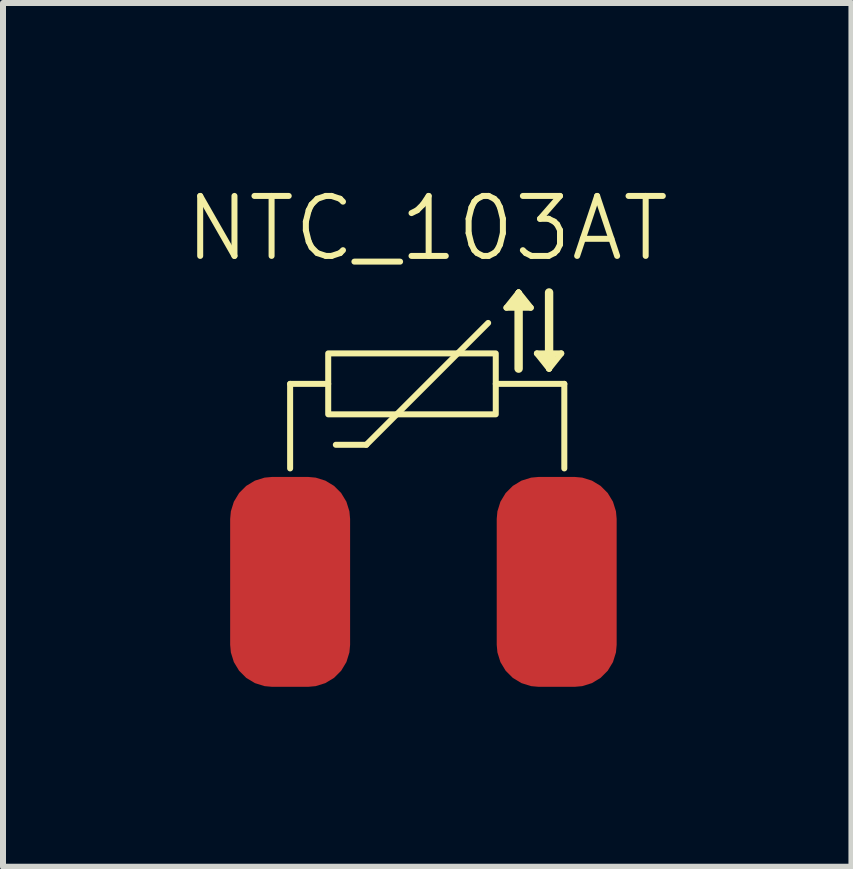
<source format=kicad_pcb>
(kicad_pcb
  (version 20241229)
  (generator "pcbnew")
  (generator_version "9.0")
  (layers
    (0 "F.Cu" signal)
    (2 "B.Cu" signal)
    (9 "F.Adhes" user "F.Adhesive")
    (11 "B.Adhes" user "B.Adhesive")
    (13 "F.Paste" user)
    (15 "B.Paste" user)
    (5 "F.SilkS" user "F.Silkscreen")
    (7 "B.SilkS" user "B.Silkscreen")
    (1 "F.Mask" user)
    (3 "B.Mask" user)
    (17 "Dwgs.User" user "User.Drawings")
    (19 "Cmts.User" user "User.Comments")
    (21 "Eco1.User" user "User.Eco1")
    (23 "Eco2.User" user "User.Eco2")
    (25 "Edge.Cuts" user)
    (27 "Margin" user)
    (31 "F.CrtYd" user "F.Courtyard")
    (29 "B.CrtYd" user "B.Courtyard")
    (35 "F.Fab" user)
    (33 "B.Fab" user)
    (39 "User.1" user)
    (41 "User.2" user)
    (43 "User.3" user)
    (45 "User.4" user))
  (footprint "NTC_103AT"
    (layer "F.Cu")
    (at 4.074 6.653)
    (property "Reference" "NTC_103AT" (at 0 -5.893 0) (unlocked yes) (layer "F.SilkS") (effects (font (size 1 1) (thickness 0.1))))
    (attr through_hole)
    (fp_line (start -2.286 -3.302) (end -2.286 -1.892) (stroke (width 0.1) (type default)) (layer "F.SilkS"))
    (fp_line (start -1.651 -3.302) (end -2.286 -3.302) (stroke (width 0.1) (type default)) (layer "F.SilkS"))
    (fp_line (start -1.524 -2.286) (end -1.016 -2.286) (stroke (width 0.1) (type default)) (layer "F.SilkS"))
    (fp_line (start -1.016 -2.286) (end 1.016 -4.318) (stroke (width 0.1) (type default)) (layer "F.SilkS"))
    (fp_line (start 1.143 -3.302) (end 2.286 -3.302) (stroke (width 0.1) (type default)) (layer "F.SilkS"))
    (fp_line (start 1.321 -4.572) (end 1.524 -4.826) (stroke (width 0.1) (type default)) (layer "F.SilkS"))
    (fp_line (start 1.524 -4.826) (end 1.46 -4.636) (stroke (width 0.1) (type default)) (layer "F.SilkS"))
    (fp_line (start 1.524 -4.826) (end 1.524 -4.572) (stroke (width 0.1) (type default)) (layer "F.SilkS"))
    (fp_line (start 1.524 -4.826) (end 1.587 -4.636) (stroke (width 0.1) (type default)) (layer "F.SilkS"))
    (fp_line (start 1.524 -4.826) (end 1.727 -4.572) (stroke (width 0.1) (type default)) (layer "F.SilkS"))
    (fp_line (start 1.524 -4.572) (end 1.524 -3.556) (stroke (width 0.14) (type default)) (layer "F.SilkS"))
    (fp_line (start 1.727 -4.572) (end 1.321 -4.572) (stroke (width 0.1) (type default)) (layer "F.SilkS"))
    (fp_line (start 1.829 -3.81) (end 2.235 -3.81) (stroke (width 0.1) (type default)) (layer "F.SilkS"))
    (fp_line (start 2.032 -3.81) (end 2.032 -4.826) (stroke (width 0.14) (type default)) (layer "F.SilkS"))
    (fp_line (start 2.032 -3.556) (end 1.829 -3.81) (stroke (width 0.1) (type default)) (layer "F.SilkS"))
    (fp_line (start 2.032 -3.556) (end 1.968 -3.747) (stroke (width 0.1) (type default)) (layer "F.SilkS"))
    (fp_line (start 2.032 -3.556) (end 2.032 -3.81) (stroke (width 0.1) (type default)) (layer "F.SilkS"))
    (fp_line (start 2.032 -3.556) (end 2.095 -3.747) (stroke (width 0.1) (type default)) (layer "F.SilkS"))
    (fp_line (start 2.235 -3.81) (end 2.032 -3.556) (stroke (width 0.1) (type default)) (layer "F.SilkS"))
    (fp_line (start 2.286 -3.302) (end 2.286 -1.892) (stroke (width 0.1) (type default)) (layer "F.SilkS"))
    (fp_rect (start -1.651 -3.81) (end 1.143 -2.794) (stroke (width 0.1) (type solid)) (fill no) (layer "F.SilkS"))
    (pad "1" smd roundrect (at -2.286 0 90) (size 3.5 2) (layers "F.Cu" "F.Mask") (roundrect_rratio 0.35))
    (pad "2" smd roundrect (at 2.159 0 90) (size 3.5 2) (layers "F.Cu" "F.Mask") (roundrect_rratio 0.35)))
  (gr_rect
    (start -3 -3)
    (end 11.148 11.403)
    (stroke (width 0.1) (type default))
    (fill no)
    (layer "Edge.Cuts")))
</source>
